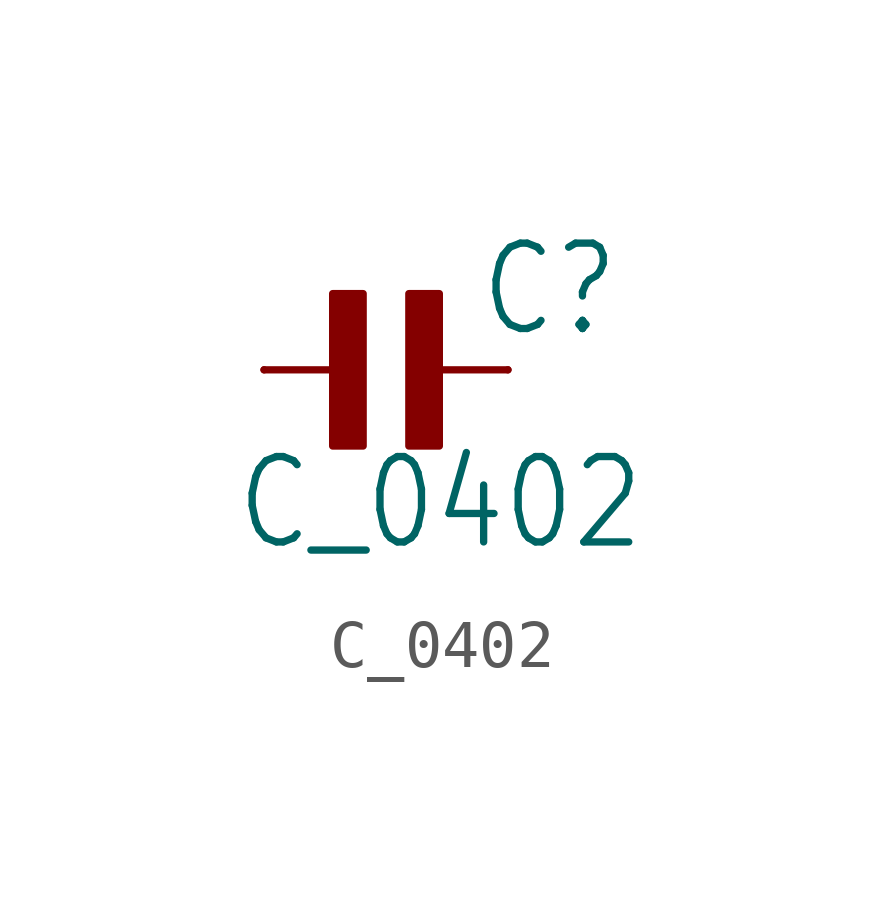
<source format=kicad_sym>
(kicad_symbol_lib
  (version 20211014)
  (generator kicad_symbol_editor)
  (symbol "C_0402"
    (property "Reference" "C"
      (at 1.905 0.635 0)
      (effects (font (size 1.778 1.511)) (justify left bottom)))
    (property "Value" "C_0402"
      (at -3.175 -3.81 0)
      (effects (font (size 1.778 1.511)) (justify left bottom)))
    (property "ki_locked" ""
      (at 0 0 0)
      (effects (font (size 1.27 1.27))))
    (symbol "C_0402_1_0"
      (rectangle (start -1.111 -1.587) (end -0.476 1.587) (stroke (width 0) (type default) (color 0 0 0 0)) (fill (type outline)))
      (polyline (pts (xy -2.54 0) (xy -0.635 0)) (stroke (width 0.152) (type default) (color 0 0 0 0)) (fill (type none)))
      (polyline (pts (xy 2.54 0) (xy 0.635 0)) (stroke (width 0.152) (type default) (color 0 0 0 0)) (fill (type none)))
      (rectangle (start 0.476 -1.587) (end 1.111 1.587) (stroke (width 0) (type default) (color 0 0 0 0)) (fill (type outline)))
      (pin passive line (at -2.54 0 0) (length 0) (name "1" (effects (font (size 0 0)))) (number "1" (effects (font (size 0 0)))))
      (pin passive line (at 2.54 0 180) (length 0) (name "2" (effects (font (size 0 0)))) (number "2" (effects (font (size 0 0))))))))
</source>
